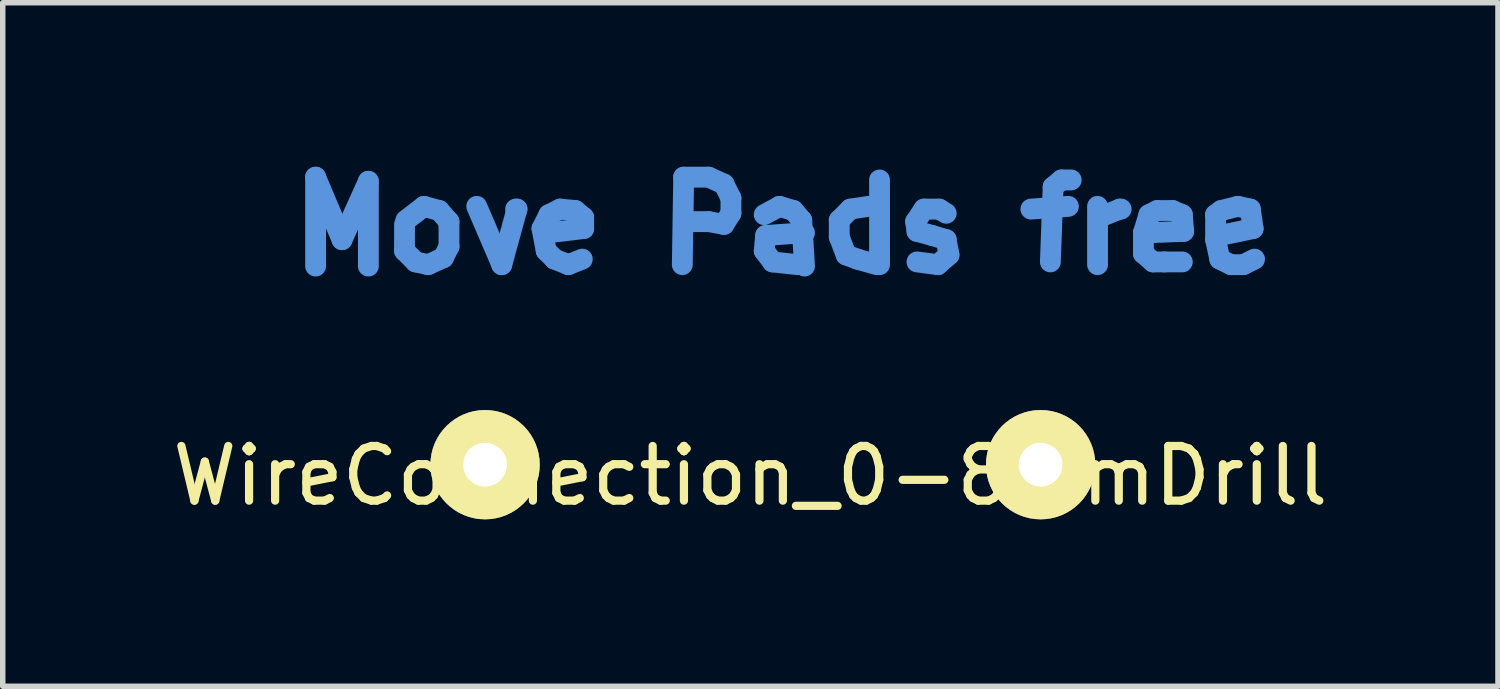
<source format=kicad_pcb>
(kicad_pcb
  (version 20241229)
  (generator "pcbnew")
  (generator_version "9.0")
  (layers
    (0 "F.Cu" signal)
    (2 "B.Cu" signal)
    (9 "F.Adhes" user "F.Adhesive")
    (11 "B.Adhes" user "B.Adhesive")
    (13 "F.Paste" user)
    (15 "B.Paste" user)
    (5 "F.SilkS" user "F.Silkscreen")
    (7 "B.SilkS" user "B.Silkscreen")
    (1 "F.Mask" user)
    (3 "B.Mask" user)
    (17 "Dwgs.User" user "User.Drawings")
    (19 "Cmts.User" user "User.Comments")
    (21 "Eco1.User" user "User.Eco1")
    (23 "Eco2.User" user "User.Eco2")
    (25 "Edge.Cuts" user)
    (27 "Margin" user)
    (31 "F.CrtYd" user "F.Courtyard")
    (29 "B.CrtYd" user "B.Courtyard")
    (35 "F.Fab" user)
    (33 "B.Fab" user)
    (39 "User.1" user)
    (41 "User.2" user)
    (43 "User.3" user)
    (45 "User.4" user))
  (footprint "WireConnection_0-8mmDrill"
    (layer "F.Cu")
    (at 5.821 5.448)
    (property "Reference" "WireConnection_0-8mmDrill" (at 4.851 0.203 0) (layer "F.SilkS") (effects (font (size 1 1) (thickness 0.15))))
    (attr through_hole)
    (fp_line (start -3.099 -5.258) (end -2.616 -4.115) (stroke (width 0.381) (type solid)) (layer "Cmts.User"))
    (fp_line (start -3.099 -3.632) (end -3.099 -5.258) (stroke (width 0.381) (type solid)) (layer "Cmts.User"))
    (fp_line (start -2.616 -4.115) (end -2.134 -5.182) (stroke (width 0.381) (type solid)) (layer "Cmts.User"))
    (fp_line (start -2.134 -5.182) (end -2.134 -3.632) (stroke (width 0.381) (type solid)) (layer "Cmts.User"))
    (fp_line (start -1.473 -4.394) (end -1.473 -3.912) (stroke (width 0.381) (type solid)) (layer "Cmts.User"))
    (fp_line (start -1.473 -3.912) (end -1.27 -3.708) (stroke (width 0.381) (type solid)) (layer "Cmts.User"))
    (fp_line (start -1.27 -3.708) (end -1.041 -3.658) (stroke (width 0.381) (type solid)) (layer "Cmts.User"))
    (fp_line (start -1.118 -4.724) (end -1.448 -4.47) (stroke (width 0.381) (type solid)) (layer "Cmts.User"))
    (fp_line (start -1.041 -3.658) (end -0.762 -3.785) (stroke (width 0.381) (type solid)) (layer "Cmts.User"))
    (fp_line (start -0.838 -4.648) (end -1.118 -4.724) (stroke (width 0.381) (type solid)) (layer "Cmts.User"))
    (fp_line (start -0.762 -3.785) (end -0.66 -3.988) (stroke (width 0.381) (type solid)) (layer "Cmts.User"))
    (fp_line (start -0.66 -4.445) (end -0.838 -4.648) (stroke (width 0.381) (type solid)) (layer "Cmts.User"))
    (fp_line (start -0.66 -3.988) (end -0.66 -4.445) (stroke (width 0.381) (type solid)) (layer "Cmts.User"))
    (fp_line (start -0.152 -4.724) (end 0.305 -3.658) (stroke (width 0.381) (type solid)) (layer "Cmts.User"))
    (fp_line (start 0.305 -3.658) (end 0.584 -4.674) (stroke (width 0.381) (type solid)) (layer "Cmts.User"))
    (fp_line (start 0.584 -4.674) (end 0.559 -4.674) (stroke (width 0.381) (type solid)) (layer "Cmts.User"))
    (fp_line (start 1.041 -4.318) (end 1.168 -4.572) (stroke (width 0.381) (type solid)) (layer "Cmts.User"))
    (fp_line (start 1.118 -3.912) (end 1.041 -4.318) (stroke (width 0.381) (type solid)) (layer "Cmts.User"))
    (fp_line (start 1.168 -4.572) (end 1.372 -4.674) (stroke (width 0.381) (type solid)) (layer "Cmts.User"))
    (fp_line (start 1.27 -3.759) (end 1.118 -3.912) (stroke (width 0.381) (type solid)) (layer "Cmts.User"))
    (fp_line (start 1.372 -4.674) (end 1.651 -4.648) (stroke (width 0.381) (type solid)) (layer "Cmts.User"))
    (fp_line (start 1.524 -3.658) (end 1.27 -3.759) (stroke (width 0.381) (type solid)) (layer "Cmts.User"))
    (fp_line (start 1.651 -4.648) (end 1.803 -4.521) (stroke (width 0.381) (type solid)) (layer "Cmts.User"))
    (fp_line (start 1.778 -3.759) (end 1.524 -3.658) (stroke (width 0.381) (type solid)) (layer "Cmts.User"))
    (fp_line (start 1.803 -4.521) (end 1.803 -4.318) (stroke (width 0.381) (type solid)) (layer "Cmts.User"))
    (fp_line (start 1.803 -4.318) (end 1.168 -4.242) (stroke (width 0.381) (type solid)) (layer "Cmts.User"))
    (fp_line (start 3.607 -3.658) (end 3.632 -5.258) (stroke (width 0.381) (type solid)) (layer "Cmts.User"))
    (fp_line (start 3.632 -5.258) (end 4.089 -5.258) (stroke (width 0.381) (type solid)) (layer "Cmts.User"))
    (fp_line (start 4.089 -5.258) (end 4.369 -5.131) (stroke (width 0.381) (type solid)) (layer "Cmts.User"))
    (fp_line (start 4.089 -4.445) (end 3.632 -4.445) (stroke (width 0.381) (type solid)) (layer "Cmts.User"))
    (fp_line (start 4.369 -5.131) (end 4.496 -4.877) (stroke (width 0.381) (type solid)) (layer "Cmts.User"))
    (fp_line (start 4.369 -4.394) (end 4.089 -4.445) (stroke (width 0.381) (type solid)) (layer "Cmts.User"))
    (fp_line (start 4.496 -4.877) (end 4.496 -4.597) (stroke (width 0.381) (type solid)) (layer "Cmts.User"))
    (fp_line (start 4.496 -4.597) (end 4.369 -4.394) (stroke (width 0.381) (type solid)) (layer "Cmts.User"))
    (fp_line (start 5.105 -4.572) (end 5.385 -4.724) (stroke (width 0.381) (type solid)) (layer "Cmts.User"))
    (fp_line (start 5.105 -3.912) (end 5.131 -4.191) (stroke (width 0.381) (type solid)) (layer "Cmts.User"))
    (fp_line (start 5.131 -4.191) (end 5.842 -4.242) (stroke (width 0.381) (type solid)) (layer "Cmts.User"))
    (fp_line (start 5.258 -3.708) (end 5.105 -3.912) (stroke (width 0.381) (type solid)) (layer "Cmts.User"))
    (fp_line (start 5.385 -4.724) (end 5.639 -4.648) (stroke (width 0.381) (type solid)) (layer "Cmts.User"))
    (fp_line (start 5.639 -4.648) (end 5.791 -4.47) (stroke (width 0.381) (type solid)) (layer "Cmts.User"))
    (fp_line (start 5.715 -3.658) (end 5.258 -3.708) (stroke (width 0.381) (type solid)) (layer "Cmts.User"))
    (fp_line (start 5.791 -4.47) (end 5.842 -3.632) (stroke (width 0.381) (type solid)) (layer "Cmts.User"))
    (fp_line (start 6.477 -4.47) (end 6.68 -4.674) (stroke (width 0.381) (type solid)) (layer "Cmts.User"))
    (fp_line (start 6.477 -4.166) (end 6.477 -4.47) (stroke (width 0.381) (type solid)) (layer "Cmts.User"))
    (fp_line (start 6.604 -3.835) (end 6.477 -4.166) (stroke (width 0.381) (type solid)) (layer "Cmts.User"))
    (fp_line (start 6.68 -4.674) (end 7.01 -4.724) (stroke (width 0.381) (type solid)) (layer "Cmts.User"))
    (fp_line (start 6.807 -3.759) (end 6.604 -3.835) (stroke (width 0.381) (type solid)) (layer "Cmts.User"))
    (fp_line (start 7.163 -3.658) (end 6.807 -3.759) (stroke (width 0.381) (type solid)) (layer "Cmts.User"))
    (fp_line (start 7.214 -5.207) (end 7.214 -3.658) (stroke (width 0.381) (type solid)) (layer "Cmts.User"))
    (fp_line (start 7.874 -4.445) (end 7.899 -4.267) (stroke (width 0.381) (type solid)) (layer "Cmts.User"))
    (fp_line (start 7.899 -4.267) (end 8.179 -4.191) (stroke (width 0.381) (type solid)) (layer "Cmts.User"))
    (fp_line (start 8.026 -4.674) (end 7.874 -4.445) (stroke (width 0.381) (type solid)) (layer "Cmts.User"))
    (fp_line (start 8.179 -4.191) (end 8.433 -4.115) (stroke (width 0.381) (type solid)) (layer "Cmts.User"))
    (fp_line (start 8.28 -3.658) (end 7.899 -3.708) (stroke (width 0.381) (type solid)) (layer "Cmts.User"))
    (fp_line (start 8.306 -4.674) (end 8.026 -4.674) (stroke (width 0.381) (type solid)) (layer "Cmts.User"))
    (fp_line (start 8.433 -4.597) (end 8.306 -4.674) (stroke (width 0.381) (type solid)) (layer "Cmts.User"))
    (fp_line (start 8.433 -4.115) (end 8.484 -3.835) (stroke (width 0.381) (type solid)) (layer "Cmts.User"))
    (fp_line (start 8.484 -3.835) (end 8.28 -3.658) (stroke (width 0.381) (type solid)) (layer "Cmts.User"))
    (fp_line (start 9.982 -4.674) (end 10.668 -4.724) (stroke (width 0.381) (type solid)) (layer "Cmts.User"))
    (fp_line (start 10.389 -5.08) (end 10.338 -3.708) (stroke (width 0.381) (type solid)) (layer "Cmts.User"))
    (fp_line (start 10.541 -5.207) (end 10.389 -5.08) (stroke (width 0.381) (type solid)) (layer "Cmts.User"))
    (fp_line (start 10.719 -5.207) (end 10.541 -5.207) (stroke (width 0.381) (type solid)) (layer "Cmts.User"))
    (fp_line (start 11.201 -4.724) (end 11.201 -3.658) (stroke (width 0.381) (type solid)) (layer "Cmts.User"))
    (fp_line (start 11.227 -4.521) (end 11.608 -4.674) (stroke (width 0.381) (type solid)) (layer "Cmts.User"))
    (fp_line (start 11.608 -4.674) (end 11.633 -4.674) (stroke (width 0.381) (type solid)) (layer "Cmts.User"))
    (fp_line (start 12.04 -4.242) (end 12.141 -4.572) (stroke (width 0.381) (type solid)) (layer "Cmts.User"))
    (fp_line (start 12.04 -3.861) (end 12.04 -4.242) (stroke (width 0.381) (type solid)) (layer "Cmts.User"))
    (fp_line (start 12.141 -4.572) (end 12.294 -4.648) (stroke (width 0.381) (type solid)) (layer "Cmts.User"))
    (fp_line (start 12.217 -3.708) (end 12.04 -3.861) (stroke (width 0.381) (type solid)) (layer "Cmts.User"))
    (fp_line (start 12.294 -4.648) (end 12.573 -4.648) (stroke (width 0.381) (type solid)) (layer "Cmts.User"))
    (fp_line (start 12.421 -3.708) (end 12.217 -3.708) (stroke (width 0.381) (type solid)) (layer "Cmts.User"))
    (fp_line (start 12.573 -4.648) (end 12.751 -4.572) (stroke (width 0.381) (type solid)) (layer "Cmts.User"))
    (fp_line (start 12.751 -4.572) (end 12.776 -4.267) (stroke (width 0.381) (type solid)) (layer "Cmts.User"))
    (fp_line (start 12.751 -3.708) (end 12.421 -3.708) (stroke (width 0.381) (type solid)) (layer "Cmts.User"))
    (fp_line (start 12.776 -4.267) (end 12.141 -4.242) (stroke (width 0.381) (type solid)) (layer "Cmts.User"))
    (fp_line (start 13.36 -4.572) (end 13.462 -4.648) (stroke (width 0.381) (type solid)) (layer "Cmts.User"))
    (fp_line (start 13.36 -4.115) (end 13.36 -4.572) (stroke (width 0.381) (type solid)) (layer "Cmts.User"))
    (fp_line (start 13.437 -4.191) (end 13.437 -4.242) (stroke (width 0.381) (type solid)) (layer "Cmts.User"))
    (fp_line (start 13.437 -3.759) (end 13.36 -4.115) (stroke (width 0.381) (type solid)) (layer "Cmts.User"))
    (fp_line (start 13.462 -4.648) (end 13.767 -4.724) (stroke (width 0.381) (type solid)) (layer "Cmts.User"))
    (fp_line (start 13.64 -3.658) (end 13.437 -3.759) (stroke (width 0.381) (type solid)) (layer "Cmts.User"))
    (fp_line (start 13.767 -4.724) (end 13.995 -4.674) (stroke (width 0.381) (type solid)) (layer "Cmts.User"))
    (fp_line (start 13.868 -3.658) (end 13.64 -3.658) (stroke (width 0.381) (type solid)) (layer "Cmts.User"))
    (fp_line (start 13.995 -4.674) (end 14.046 -4.318) (stroke (width 0.381) (type solid)) (layer "Cmts.User"))
    (fp_line (start 14.046 -4.318) (end 13.437 -4.191) (stroke (width 0.381) (type solid)) (layer "Cmts.User"))
    (fp_line (start 14.072 -3.759) (end 13.868 -3.658) (stroke (width 0.381) (type solid)) (layer "Cmts.User"))
    (pad "1" thru_hole circle (at 0 0) (size 1.999 1.999) (drill 0.8) (layers "*.Cu" "*.Mask" "F.SilkS"))
    (pad "2" thru_hole circle (at 10.16 0) (size 1.999 1.999) (drill 0.8) (layers "*.Cu" "*.Mask" "F.SilkS")))
  (gr_rect
    (start -3 -3)
    (end 24.345 9.5)
    (stroke (width 0.1) (type default))
    (fill no)
    (layer "Edge.Cuts")))
</source>
